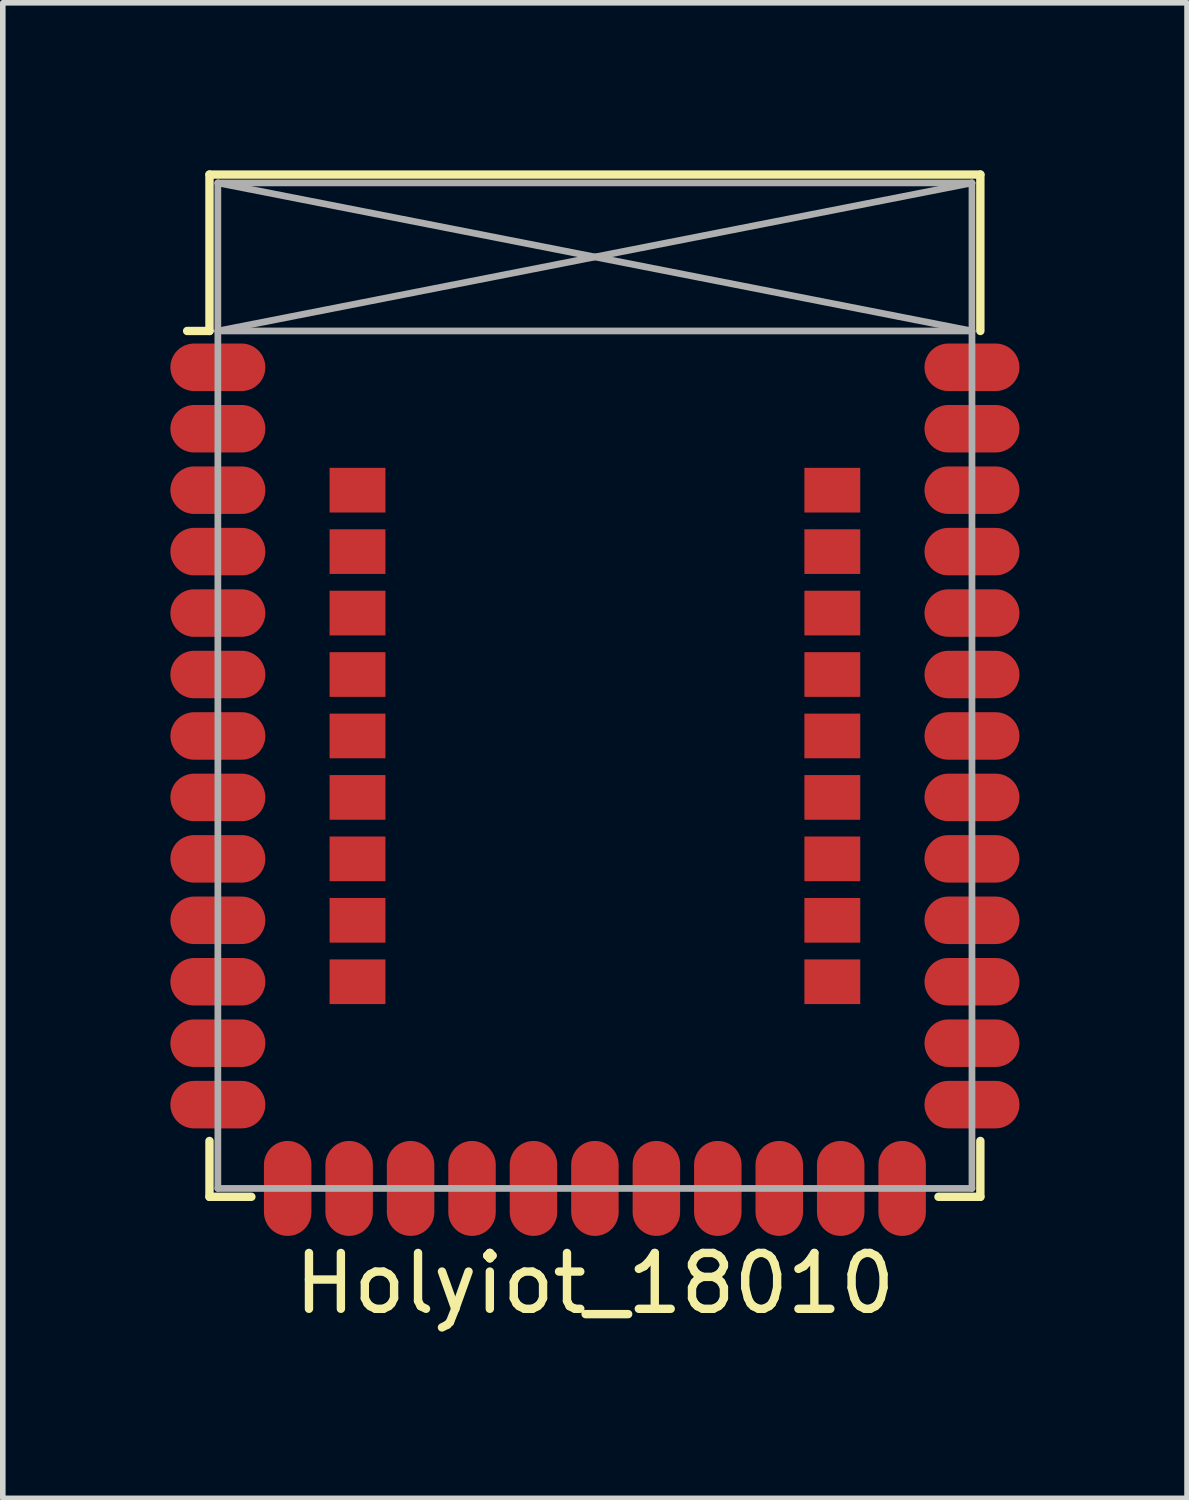
<source format=kicad_pcb>
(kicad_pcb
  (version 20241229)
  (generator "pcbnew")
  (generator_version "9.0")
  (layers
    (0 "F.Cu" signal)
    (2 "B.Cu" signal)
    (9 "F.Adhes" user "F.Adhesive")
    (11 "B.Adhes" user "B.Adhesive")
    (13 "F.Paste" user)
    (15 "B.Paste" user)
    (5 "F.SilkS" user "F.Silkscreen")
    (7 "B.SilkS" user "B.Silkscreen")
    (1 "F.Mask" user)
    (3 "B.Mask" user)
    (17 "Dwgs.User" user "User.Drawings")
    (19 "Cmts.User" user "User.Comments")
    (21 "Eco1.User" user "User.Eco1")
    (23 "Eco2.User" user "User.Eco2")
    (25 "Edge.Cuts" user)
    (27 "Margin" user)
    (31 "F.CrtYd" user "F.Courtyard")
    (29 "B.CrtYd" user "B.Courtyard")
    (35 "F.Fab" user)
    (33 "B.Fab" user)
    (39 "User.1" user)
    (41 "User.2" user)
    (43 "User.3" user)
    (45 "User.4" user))
  (footprint "Holyiot_18010"
    (layer "F.Cu")
    (at 7.6 9.225)
    (property "Reference" "Holyiot_18010" (at 0 10.7 0) (layer "F.SilkS") (effects (font (size 1 1) (thickness 0.15))))
    (attr through_hole)
    (fp_line (start -6.9 -9.15) (end 6.9 -9.15) (stroke (width 0.15) (type solid)) (layer "F.SilkS"))
    (fp_line (start -6.9 -6.35) (end -7.3 -6.35) (stroke (width 0.15) (type solid)) (layer "F.SilkS"))
    (fp_line (start -6.9 -6.35) (end -6.9 -9.15) (stroke (width 0.15) (type solid)) (layer "F.SilkS"))
    (fp_line (start -6.9 8.15) (end -6.9 9.15) (stroke (width 0.15) (type solid)) (layer "F.SilkS"))
    (fp_line (start -6.9 9.15) (end -6.15 9.15) (stroke (width 0.15) (type solid)) (layer "F.SilkS"))
    (fp_line (start 6.15 9.15) (end 6.9 9.15) (stroke (width 0.15) (type solid)) (layer "F.SilkS"))
    (fp_line (start 6.9 -9.15) (end 6.9 -6.35) (stroke (width 0.15) (type solid)) (layer "F.SilkS"))
    (fp_line (start 6.9 8.15) (end 6.9 9.15) (stroke (width 0.15) (type solid)) (layer "F.SilkS"))
    (fp_line (start -6.75 -9) (end -6.75 9) (stroke (width 0.12) (type solid)) (layer "F.Fab"))
    (fp_line (start -6.75 -9) (end 6.75 -9) (stroke (width 0.12) (type solid)) (layer "F.Fab"))
    (fp_line (start -6.75 -6.35) (end 6.75 -9) (stroke (width 0.12) (type solid)) (layer "F.Fab"))
    (fp_line (start -6.75 -6.35) (end 6.75 -6.35) (stroke (width 0.12) (type solid)) (layer "F.Fab"))
    (fp_line (start -6.75 9) (end 6.75 9) (stroke (width 0.12) (type solid)) (layer "F.Fab"))
    (fp_line (start 6.75 -9) (end 6.75 9) (stroke (width 0.12) (type solid)) (layer "F.Fab"))
    (fp_line (start 6.75 -6.35) (end -6.75 -9) (stroke (width 0.12) (type solid)) (layer "F.Fab"))
    (pad "1" smd oval (at -6.75 -5.7) (size 1.7 0.85) (layers "F.Cu" "F.Mask" "F.Paste"))
    (pad "2" smd oval (at -6.75 -4.6) (size 1.7 0.85) (layers "F.Cu" "F.Mask" "F.Paste"))
    (pad "3" smd oval (at -6.75 -3.5) (size 1.7 0.85) (layers "F.Cu" "F.Mask" "F.Paste"))
    (pad "4" smd oval (at -6.75 -2.4) (size 1.7 0.85) (layers "F.Cu" "F.Mask" "F.Paste"))
    (pad "5" smd oval (at -6.75 -1.3) (size 1.7 0.85) (layers "F.Cu" "F.Mask" "F.Paste"))
    (pad "6" smd oval (at -6.75 -0.2) (size 1.7 0.85) (layers "F.Cu" "F.Mask" "F.Paste"))
    (pad "7" smd oval (at -6.75 0.9) (size 1.7 0.85) (layers "F.Cu" "F.Mask" "F.Paste"))
    (pad "8" smd oval (at -6.75 2) (size 1.7 0.85) (layers "F.Cu" "F.Mask" "F.Paste"))
    (pad "9" smd oval (at -6.75 3.1) (size 1.7 0.85) (layers "F.Cu" "F.Mask" "F.Paste"))
    (pad "10" smd oval (at -6.75 4.2) (size 1.7 0.85) (layers "F.Cu" "F.Mask" "F.Paste"))
    (pad "11" smd oval (at -6.75 5.3) (size 1.7 0.85) (layers "F.Cu" "F.Mask" "F.Paste"))
    (pad "12" smd oval (at -6.75 6.4) (size 1.7 0.85) (layers "F.Cu" "F.Mask" "F.Paste"))
    (pad "13" smd oval (at -6.75 7.5) (size 1.7 0.85) (layers "F.Cu" "F.Mask" "F.Paste"))
    (pad "14" smd rect (at -4.25 -3.5) (size 1 0.8) (layers "F.Cu" "F.Mask" "F.Paste"))
    (pad "15" smd rect (at -4.25 -2.4) (size 1 0.8) (layers "F.Cu" "F.Mask" "F.Paste"))
    (pad "16" smd rect (at -4.25 -1.3) (size 1 0.8) (layers "F.Cu" "F.Mask" "F.Paste"))
    (pad "17" smd rect (at -4.25 -0.2) (size 1 0.8) (layers "F.Cu" "F.Mask" "F.Paste"))
    (pad "18" smd rect (at -4.25 0.9) (size 1 0.8) (layers "F.Cu" "F.Mask" "F.Paste"))
    (pad "19" smd rect (at -4.25 2) (size 1 0.8) (layers "F.Cu" "F.Mask" "F.Paste"))
    (pad "20" smd rect (at -4.25 3.1) (size 1 0.8) (layers "F.Cu" "F.Mask" "F.Paste"))
    (pad "21" smd rect (at -4.25 4.2) (size 1 0.8) (layers "F.Cu" "F.Mask" "F.Paste"))
    (pad "22" smd rect (at -4.25 5.3) (size 1 0.8) (layers "F.Cu" "F.Mask" "F.Paste"))
    (pad "23" smd rect (at 4.25 -3.5) (size 1 0.8) (layers "F.Cu" "F.Mask" "F.Paste"))
    (pad "24" smd rect (at 4.25 -2.4) (size 1 0.8) (layers "F.Cu" "F.Mask" "F.Paste"))
    (pad "25" smd rect (at 4.25 -1.3) (size 1 0.8) (layers "F.Cu" "F.Mask" "F.Paste"))
    (pad "26" smd rect (at 4.25 -0.2) (size 1 0.8) (layers "F.Cu" "F.Mask" "F.Paste"))
    (pad "27" smd rect (at 4.25 0.9) (size 1 0.8) (layers "F.Cu" "F.Mask" "F.Paste"))
    (pad "28" smd rect (at 4.25 2) (size 1 0.8) (layers "F.Cu" "F.Mask" "F.Paste"))
    (pad "29" smd rect (at 4.25 3.1) (size 1 0.8) (layers "F.Cu" "F.Mask" "F.Paste"))
    (pad "30" smd rect (at 4.25 4.2) (size 1 0.8) (layers "F.Cu" "F.Mask" "F.Paste"))
    (pad "31" smd rect (at 4.25 5.3) (size 1 0.8) (layers "F.Cu" "F.Mask" "F.Paste"))
    (pad "32" smd oval (at 6.75 -5.7) (size 1.7 0.85) (layers "F.Cu" "F.Mask" "F.Paste"))
    (pad "33" smd oval (at 6.75 -4.6) (size 1.7 0.85) (layers "F.Cu" "F.Mask" "F.Paste"))
    (pad "34" smd oval (at 6.75 -3.5) (size 1.7 0.85) (layers "F.Cu" "F.Mask" "F.Paste"))
    (pad "35" smd oval (at 6.75 -2.4) (size 1.7 0.85) (layers "F.Cu" "F.Mask" "F.Paste"))
    (pad "36" smd oval (at 6.75 -1.3) (size 1.7 0.85) (layers "F.Cu" "F.Mask" "F.Paste"))
    (pad "37" smd oval (at 6.75 -0.2) (size 1.7 0.85) (layers "F.Cu" "F.Mask" "F.Paste"))
    (pad "38" smd oval (at 6.75 0.9) (size 1.7 0.85) (layers "F.Cu" "F.Mask" "F.Paste"))
    (pad "39" smd oval (at 6.75 2) (size 1.7 0.85) (layers "F.Cu" "F.Mask" "F.Paste"))
    (pad "40" smd oval (at 6.75 3.1) (size 1.7 0.85) (layers "F.Cu" "F.Mask" "F.Paste"))
    (pad "41" smd oval (at 6.75 4.2) (size 1.7 0.85) (layers "F.Cu" "F.Mask" "F.Paste"))
    (pad "42" smd oval (at 6.75 5.3) (size 1.7 0.85) (layers "F.Cu" "F.Mask" "F.Paste"))
    (pad "43" smd oval (at 6.75 6.4) (size 1.7 0.85) (layers "F.Cu" "F.Mask" "F.Paste"))
    (pad "44" smd oval (at 6.75 7.5) (size 1.7 0.85) (layers "F.Cu" "F.Mask" "F.Paste"))
    (pad "45" smd oval (at 5.5 9 90) (size 1.7 0.85) (layers "F.Cu" "F.Mask" "F.Paste"))
    (pad "46" smd oval (at 4.4 9 90) (size 1.7 0.85) (layers "F.Cu" "F.Mask" "F.Paste"))
    (pad "47" smd oval (at 3.3 9 90) (size 1.7 0.85) (layers "F.Cu" "F.Mask" "F.Paste"))
    (pad "48" smd oval (at 2.2 9 90) (size 1.7 0.85) (layers "F.Cu" "F.Mask" "F.Paste"))
    (pad "49" smd oval (at 1.1 9 90) (size 1.7 0.85) (layers "F.Cu" "F.Mask" "F.Paste"))
    (pad "50" smd oval (at 0 9 90) (size 1.7 0.85) (layers "F.Cu" "F.Mask" "F.Paste"))
    (pad "51" smd oval (at -1.1 9 90) (size 1.7 0.85) (layers "F.Cu" "F.Mask" "F.Paste"))
    (pad "52" smd oval (at -2.2 9 90) (size 1.7 0.85) (layers "F.Cu" "F.Mask" "F.Paste"))
    (pad "53" smd oval (at -3.3 9 90) (size 1.7 0.85) (layers "F.Cu" "F.Mask" "F.Paste"))
    (pad "54" smd oval (at -4.4 9 90) (size 1.7 0.85) (layers "F.Cu" "F.Mask" "F.Paste"))
    (pad "55" smd oval (at -5.5 9 90) (size 1.7 0.85) (layers "F.Cu" "F.Mask" "F.Paste")))
  (gr_rect
    (start -3 -3)
    (end 18.2 23.773)
    (stroke (width 0.1) (type default))
    (fill no)
    (layer "Edge.Cuts")))
</source>
